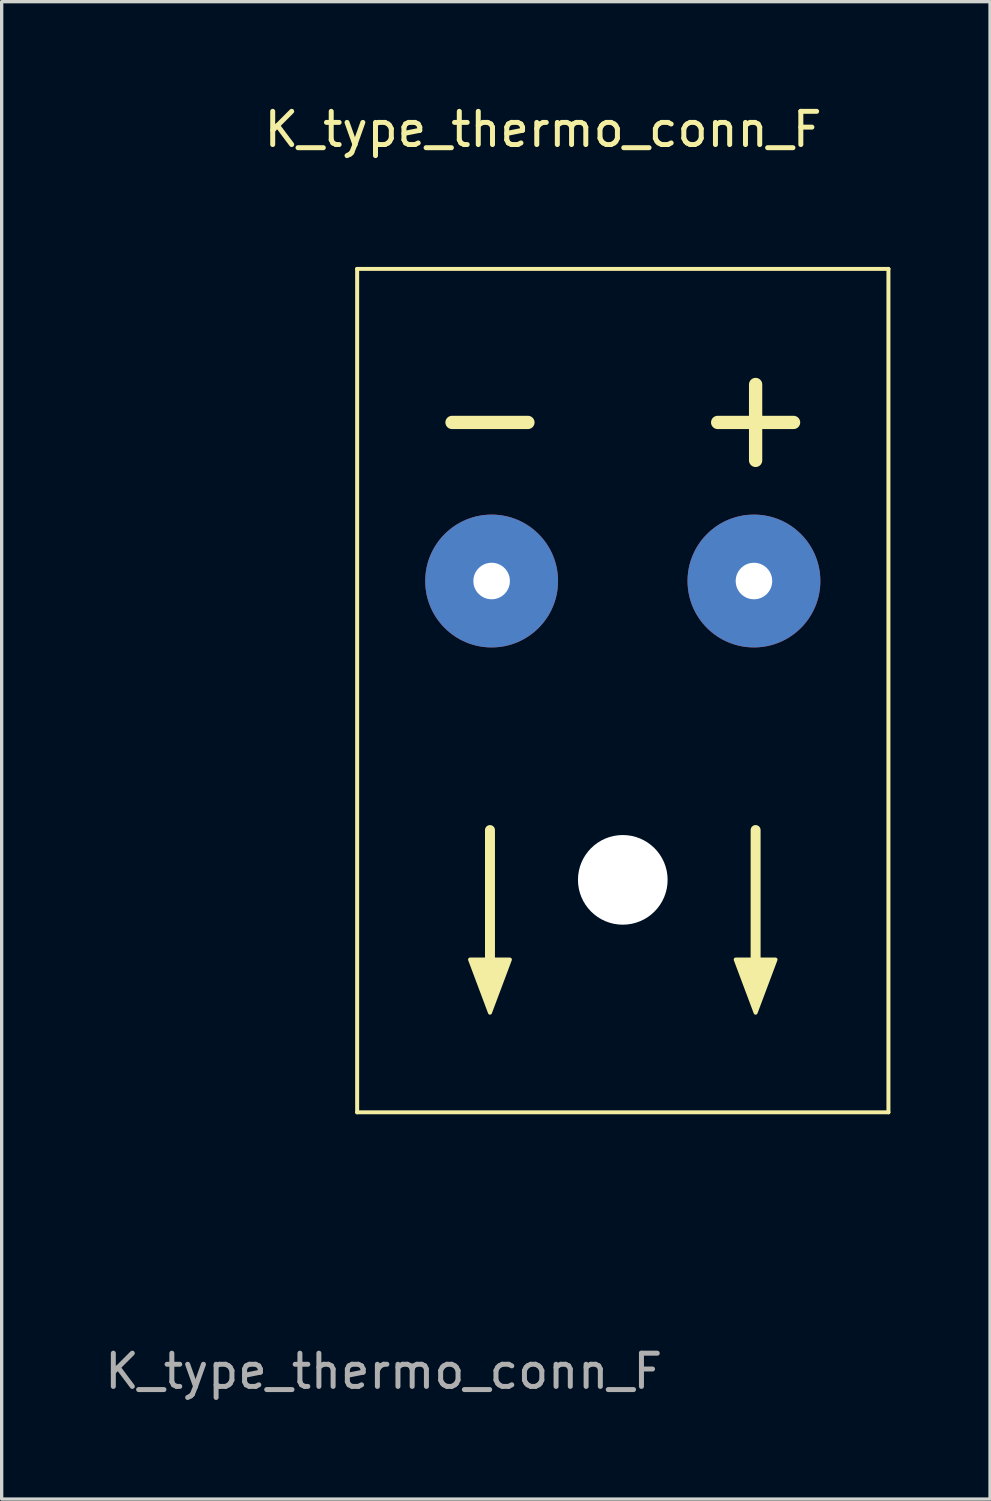
<source format=kicad_pcb>
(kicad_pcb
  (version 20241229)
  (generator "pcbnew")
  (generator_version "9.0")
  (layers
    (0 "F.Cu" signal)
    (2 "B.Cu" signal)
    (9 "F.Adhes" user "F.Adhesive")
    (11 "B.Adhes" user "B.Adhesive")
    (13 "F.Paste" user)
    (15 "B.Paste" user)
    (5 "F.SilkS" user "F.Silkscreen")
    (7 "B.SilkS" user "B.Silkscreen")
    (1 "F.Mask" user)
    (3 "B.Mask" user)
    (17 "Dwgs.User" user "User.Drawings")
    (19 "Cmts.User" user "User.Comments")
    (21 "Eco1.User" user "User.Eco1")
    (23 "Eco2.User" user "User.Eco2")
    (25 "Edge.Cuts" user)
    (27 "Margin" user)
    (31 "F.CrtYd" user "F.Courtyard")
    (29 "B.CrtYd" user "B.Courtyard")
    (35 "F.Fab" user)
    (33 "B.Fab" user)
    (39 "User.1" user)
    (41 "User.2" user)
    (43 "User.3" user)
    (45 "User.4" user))
  (footprint "K_type_thermo_conn_F"
    (layer "F.Cu")
    (at 15.706 14.448)
    (property "Reference" "K_type_thermo_conn_F" (at -2.4 -13.6 0) (unlocked yes) (layer "F.SilkS") (effects (font (size 1 1) (thickness 0.15))))
    (fp_line (start -8 -9.4) (end -8 16) (stroke (width 0.12) (type solid)) (layer "F.SilkS"))
    (fp_line (start -8 -9.4) (end 8 -9.4) (stroke (width 0.12) (type solid)) (layer "F.SilkS"))
    (fp_line (start -8 16) (end 8 16) (stroke (width 0.12) (type solid)) (layer "F.SilkS"))
    (fp_line (start -4 7.5) (end -4 12.5) (stroke (width 0.3) (type solid)) (layer "F.SilkS"))
    (fp_line (start 4 7.5) (end 4 12.5) (stroke (width 0.3) (type solid)) (layer "F.SilkS"))
    (fp_line (start 8 -9.4) (end 8 16) (stroke (width 0.12) (type solid)) (layer "F.SilkS"))
    (fp_poly (pts (xy -4 13) (xy -4.6 11.4) (xy -3.4 11.4)) (stroke (width 0.12) (type solid)) (fill yes) (layer "F.SilkS"))
    (fp_poly (pts (xy 4 13) (xy 3.4 11.4) (xy 4.6 11.4)) (stroke (width 0.12) (type solid)) (fill yes) (layer "F.SilkS"))
    (fp_text user "-" (at -4 -5 0) (unlocked yes) (layer "F.SilkS") (effects (font (size 3 3) (thickness 0.4))))
    (fp_text user "+" (at 4 -5 0) (unlocked yes) (layer "F.SilkS") (effects (font (size 3 3) (thickness 0.4))))
    (fp_text user "${REFERENCE}" (at -7.2 23.8 0) (unlocked yes) (layer "F.Fab") (effects (font (size 1 1) (thickness 0.15))))
    (pad "" np_thru_hole circle (at 0 9) (size 2.7 2.7) (drill 2.7) (layers "*.Cu" "*.Mask"))
    (pad "1" thru_hole circle (at 3.95 0) (size 4 4) (drill 1.1) (layers "*.Cu" "*.Mask"))
    (pad "2" thru_hole circle (at -3.95 0) (size 4 4) (drill 1.1) (layers "*.Cu" "*.Mask")))
  (gr_rect
    (start -3 -3)
    (end 26.766 42.096)
    (stroke (width 0.1) (type default))
    (fill no)
    (layer "Edge.Cuts")))
</source>
